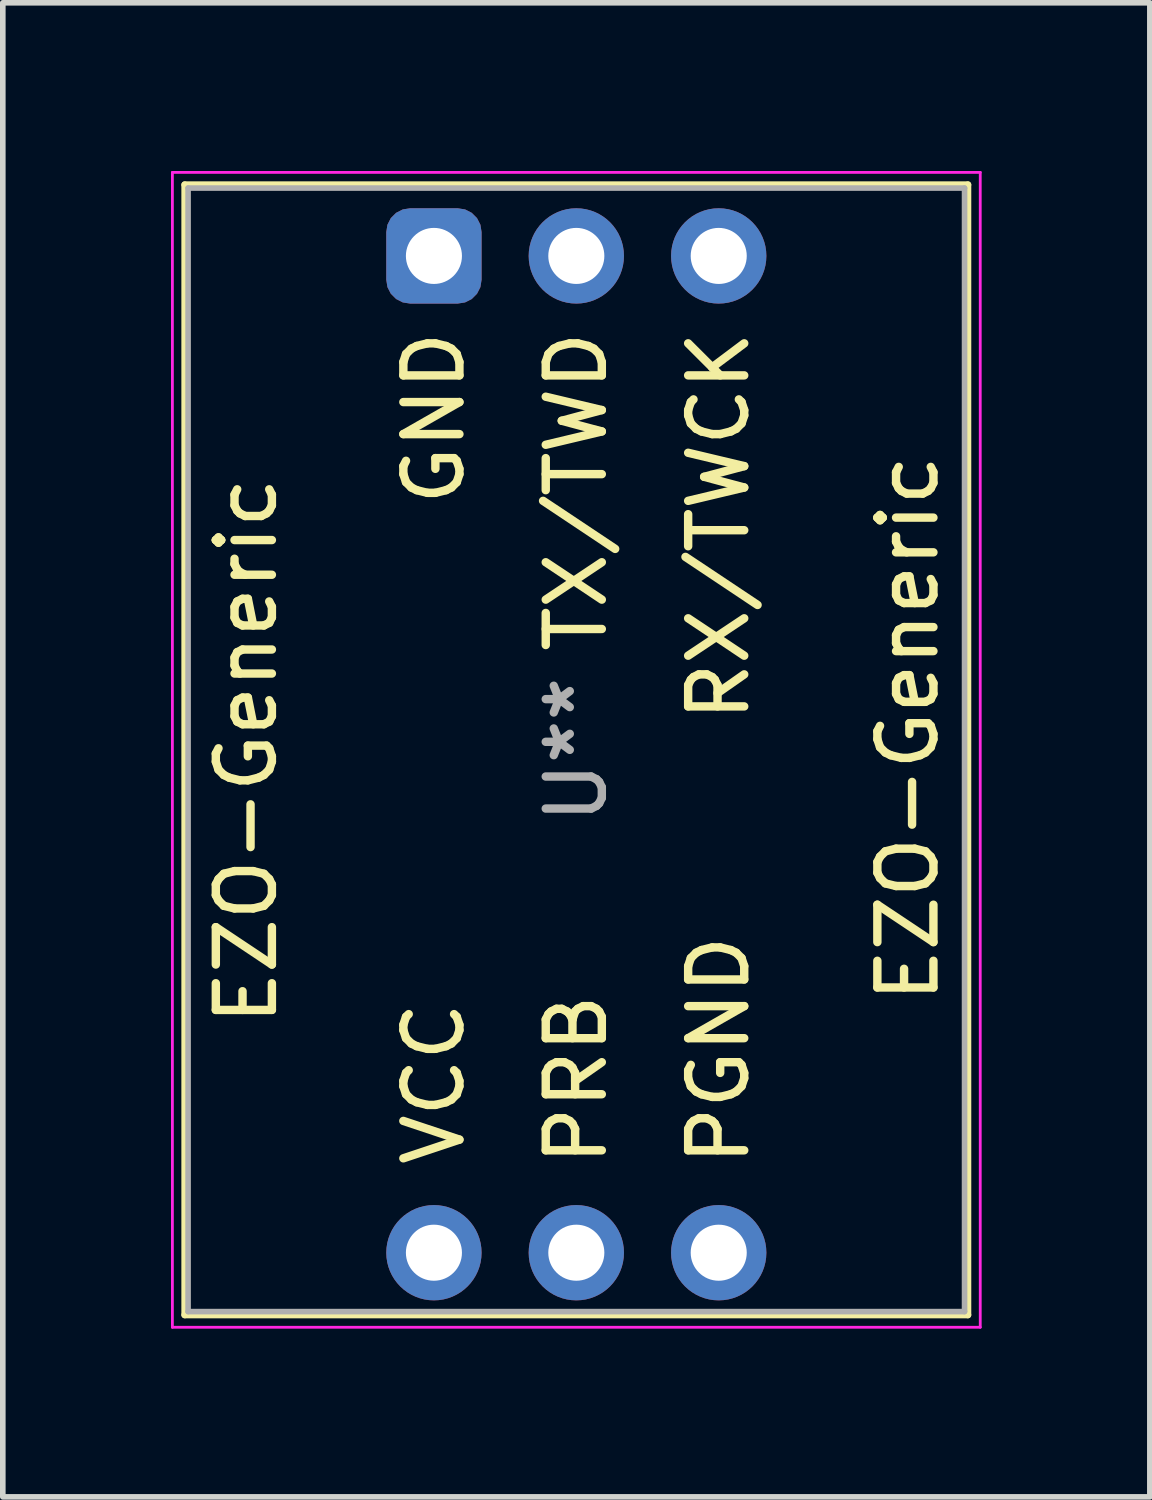
<source format=kicad_pcb>
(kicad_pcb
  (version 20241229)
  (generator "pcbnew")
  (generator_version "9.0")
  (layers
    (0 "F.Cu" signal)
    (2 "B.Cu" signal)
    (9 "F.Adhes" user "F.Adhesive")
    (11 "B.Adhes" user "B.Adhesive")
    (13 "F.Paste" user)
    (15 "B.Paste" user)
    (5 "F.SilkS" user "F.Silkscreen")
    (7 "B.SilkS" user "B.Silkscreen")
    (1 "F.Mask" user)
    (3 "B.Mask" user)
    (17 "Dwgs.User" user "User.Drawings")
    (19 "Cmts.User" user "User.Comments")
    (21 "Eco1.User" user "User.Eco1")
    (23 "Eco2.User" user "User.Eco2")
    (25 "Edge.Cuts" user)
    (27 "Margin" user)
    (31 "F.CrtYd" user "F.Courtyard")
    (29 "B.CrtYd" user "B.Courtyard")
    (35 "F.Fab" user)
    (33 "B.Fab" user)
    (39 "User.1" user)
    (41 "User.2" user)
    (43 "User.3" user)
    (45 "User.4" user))
  (footprint "EZO-Generic"
    (layer "F.Cu")
    (at 7.245 10.345)
    (property "Reference" "EZO-Generic" (at -5.9 0 90) (layer "F.SilkS") (effects (font (size 1 1) (thickness 0.15))))
    (attr through_hole)
    (fp_line (start -7 -10.1) (end -7 10.06) (stroke (width 0.12) (type solid)) (layer "F.SilkS"))
    (fp_line (start -7 -10.1) (end 6.97 -10.1) (stroke (width 0.12) (type solid)) (layer "F.SilkS"))
    (fp_line (start -7 10.06) (end 6.97 10.06) (stroke (width 0.12) (type solid)) (layer "F.SilkS"))
    (fp_line (start 6.97 -10.1) (end 6.97 10.06) (stroke (width 0.12) (type solid)) (layer "F.SilkS"))
    (fp_line (start -7.22 -10.32) (end -7.22 10.28) (stroke (width 0.05) (type solid)) (layer "F.CrtYd"))
    (fp_line (start -7.22 -10.32) (end 7.19 -10.32) (stroke (width 0.05) (type solid)) (layer "F.CrtYd"))
    (fp_line (start -7.22 10.28) (end 7.19 10.28) (stroke (width 0.05) (type solid)) (layer "F.CrtYd"))
    (fp_line (start 7.19 -10.32) (end 7.19 10.28) (stroke (width 0.05) (type solid)) (layer "F.CrtYd"))
    (fp_line (start -6.94 -10.04) (end -6.94 10) (stroke (width 0.1) (type solid)) (layer "F.Fab"))
    (fp_line (start -6.94 -10.04) (end 6.91 -10.04) (stroke (width 0.1) (type solid)) (layer "F.Fab"))
    (fp_line (start -6.94 10) (end 6.91 10) (stroke (width 0.1) (type solid)) (layer "F.Fab"))
    (fp_line (start 6.91 -10.04) (end 6.91 10) (stroke (width 0.1) (type solid)) (layer "F.Fab"))
    (fp_text user "PRB" (at -0.015 7.46 90) (layer "F.SilkS") (effects (font (size 1 1) (thickness 0.15)) (justify left)))
    (fp_text user "VCC" (at -2.555 7.46 90) (layer "F.SilkS") (effects (font (size 1 1) (thickness 0.15)) (justify left)))
    (fp_text user "GND" (at -2.555 -7.56 90) (layer "F.SilkS") (effects (font (size 1 1) (thickness 0.15)) (justify right)))
    (fp_text user "EZO-Generic" (at 5.9 -0.4 90) (layer "F.SilkS") (effects (font (size 1 1) (thickness 0.15))))
    (fp_text user "RX/TWCK" (at 2.525 -7.56 90) (layer "F.SilkS") (effects (font (size 1 1) (thickness 0.15)) (justify right)))
    (fp_text user "TX/TWD" (at -0.015 -7.56 90) (layer "F.SilkS") (effects (font (size 1 1) (thickness 0.15)) (justify right)))
    (fp_text user "PGND" (at 2.525 7.46 90) (layer "F.SilkS") (effects (font (size 1 1) (thickness 0.15)) (justify left)))
    (fp_text user "U**" (at -0.015 -0.02 90) (layer "F.Fab") (effects (font (size 1 1) (thickness 0.15))))
    (pad "1" thru_hole roundrect (at -2.555 -8.83) (size 1.7 1.7) (drill 1) (layers "*.Cu" "*.Mask") (roundrect_rratio 0.25))
    (pad "2" thru_hole circle (at -0.015 -8.83) (size 1.7 1.7) (drill 1) (layers "*.Cu" "*.Mask"))
    (pad "3" thru_hole circle (at 2.525 -8.83) (size 1.7 1.7) (drill 1) (layers "*.Cu" "*.Mask"))
    (pad "4" thru_hole circle (at -2.555 8.95) (size 1.7 1.7) (drill 1) (layers "*.Cu" "*.Mask"))
    (pad "5" thru_hole circle (at -0.015 8.95) (size 1.7 1.7) (drill 1) (layers "*.Cu" "*.Mask"))
    (pad "6" thru_hole circle (at 2.525 8.95) (size 1.7 1.7) (drill 1) (layers "*.Cu" "*.Mask")))
  (gr_rect
    (start -3 -3)
    (end 17.46 23.65)
    (stroke (width 0.1) (type default))
    (fill no)
    (layer "Edge.Cuts")))
</source>
